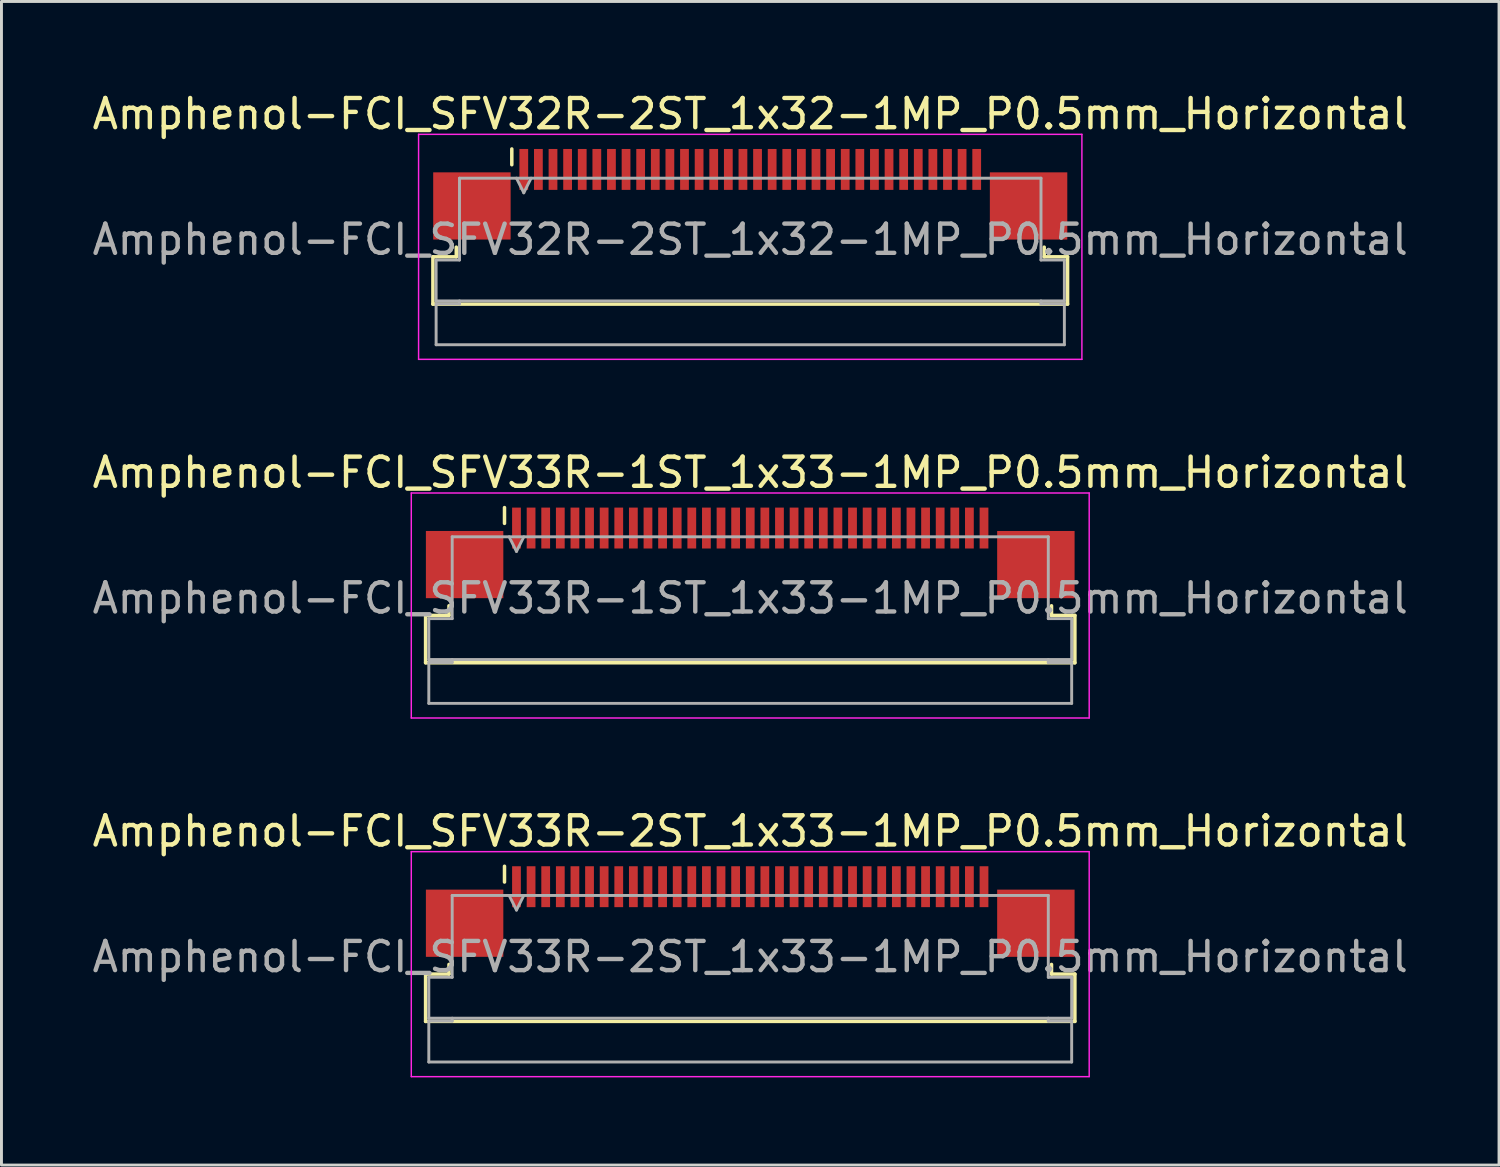
<source format=kicad_pcb>
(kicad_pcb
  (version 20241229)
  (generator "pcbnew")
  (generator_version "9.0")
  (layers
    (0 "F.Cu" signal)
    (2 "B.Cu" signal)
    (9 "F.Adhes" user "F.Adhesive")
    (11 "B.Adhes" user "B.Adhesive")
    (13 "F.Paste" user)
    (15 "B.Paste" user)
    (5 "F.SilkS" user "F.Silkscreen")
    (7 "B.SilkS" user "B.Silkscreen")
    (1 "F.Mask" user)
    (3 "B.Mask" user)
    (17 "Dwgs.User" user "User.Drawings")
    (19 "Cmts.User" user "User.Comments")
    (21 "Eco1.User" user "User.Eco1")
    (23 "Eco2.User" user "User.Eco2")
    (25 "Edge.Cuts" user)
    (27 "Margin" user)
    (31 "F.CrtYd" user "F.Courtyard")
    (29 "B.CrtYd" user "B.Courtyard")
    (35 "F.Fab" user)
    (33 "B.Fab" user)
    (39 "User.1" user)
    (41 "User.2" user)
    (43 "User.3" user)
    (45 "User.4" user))
  (footprint "Amphenol-FCI_SFV33R-1ST_1x33-1MP_P0.5mm_Horizontal"
    (layer "F.Cu")
    (at 22.625 17.021)
    (property "Reference" "Amphenol-FCI_SFV33R-1ST_1x33-1MP_P0.5mm_Horizontal" (at 0 -3.9 0) (layer "F.SilkS") (effects (font (size 1 1) (thickness 0.15))))
    (attr smd)
    (fp_line (start -11.11 0.99) (end -10.31 0.99) (stroke (width 0.12) (type solid)) (layer "F.SilkS"))
    (fp_line (start -11.11 2.61) (end -11.11 0.99) (stroke (width 0.12) (type solid)) (layer "F.SilkS"))
    (fp_line (start -10.31 0.99) (end -10.31 0.66) (stroke (width 0.12) (type solid)) (layer "F.SilkS"))
    (fp_line (start -8.41 -2.16) (end -8.41 -2.7) (stroke (width 0.12) (type solid)) (layer "F.SilkS"))
    (fp_line (start 10.31 0.66) (end 10.31 0.99) (stroke (width 0.12) (type solid)) (layer "F.SilkS"))
    (fp_line (start 10.31 0.99) (end 11.11 0.99) (stroke (width 0.12) (type solid)) (layer "F.SilkS"))
    (fp_line (start 11.11 0.99) (end 11.11 2.61) (stroke (width 0.12) (type solid)) (layer "F.SilkS"))
    (fp_line (start 11.11 2.61) (end -11.11 2.61) (stroke (width 0.12) (type solid)) (layer "F.SilkS"))
    (fp_line (start -11.6 -3.2) (end -11.6 4.5) (stroke (width 0.05) (type solid)) (layer "F.CrtYd"))
    (fp_line (start -11.6 4.5) (end 11.6 4.5) (stroke (width 0.05) (type solid)) (layer "F.CrtYd"))
    (fp_line (start 11.6 -3.2) (end -11.6 -3.2) (stroke (width 0.05) (type solid)) (layer "F.CrtYd"))
    (fp_line (start 11.6 4.5) (end 11.6 -3.2) (stroke (width 0.05) (type solid)) (layer "F.CrtYd"))
    (fp_line (start -11 1.1) (end -10.2 1.1) (stroke (width 0.1) (type solid)) (layer "F.Fab"))
    (fp_line (start -11 2.5) (end -11 1.1) (stroke (width 0.1) (type solid)) (layer "F.Fab"))
    (fp_line (start -11 2.6) (end -10.2 2.6) (stroke (width 0.1) (type solid)) (layer "F.Fab"))
    (fp_line (start -11 4) (end -11 2.6) (stroke (width 0.1) (type solid)) (layer "F.Fab"))
    (fp_line (start -10.2 -1.7) (end 10.2 -1.7) (stroke (width 0.1) (type solid)) (layer "F.Fab"))
    (fp_line (start -10.2 1.1) (end -10.2 -1.7) (stroke (width 0.1) (type solid)) (layer "F.Fab"))
    (fp_line (start -10.2 2.6) (end -10.2 2.5) (stroke (width 0.1) (type solid)) (layer "F.Fab"))
    (fp_line (start -8.25 -1.7) (end -8 -1.2) (stroke (width 0.1) (type solid)) (layer "F.Fab"))
    (fp_line (start -8 -1.2) (end -7.75 -1.7) (stroke (width 0.1) (type solid)) (layer "F.Fab"))
    (fp_line (start 10.2 -1.7) (end 10.2 1.1) (stroke (width 0.1) (type solid)) (layer "F.Fab"))
    (fp_line (start 10.2 1.1) (end 11 1.1) (stroke (width 0.1) (type solid)) (layer "F.Fab"))
    (fp_line (start 10.2 2.5) (end 10.2 2.6) (stroke (width 0.1) (type solid)) (layer "F.Fab"))
    (fp_line (start 10.2 2.6) (end 11 2.6) (stroke (width 0.1) (type solid)) (layer "F.Fab"))
    (fp_line (start 11 1.1) (end 11 2.5) (stroke (width 0.1) (type solid)) (layer "F.Fab"))
    (fp_line (start 11 2.5) (end -11 2.5) (stroke (width 0.1) (type solid)) (layer "F.Fab"))
    (fp_line (start 11 2.6) (end 11 4) (stroke (width 0.1) (type solid)) (layer "F.Fab"))
    (fp_line (start 11 4) (end -11 4) (stroke (width 0.1) (type solid)) (layer "F.Fab"))
    (fp_text user "${REFERENCE}" (at 0 0.4 0) (layer "F.Fab") (effects (font (size 1 1) (thickness 0.15))))
    (pad "1" smd rect (at -8 -2) (size 0.3 1.4) (layers "F.Cu" "F.Mask" "F.Paste"))
    (pad "2" smd rect (at -7.5 -2) (size 0.3 1.4) (layers "F.Cu" "F.Mask" "F.Paste"))
    (pad "3" smd rect (at -7 -2) (size 0.3 1.4) (layers "F.Cu" "F.Mask" "F.Paste"))
    (pad "4" smd rect (at -6.5 -2) (size 0.3 1.4) (layers "F.Cu" "F.Mask" "F.Paste"))
    (pad "5" smd rect (at -6 -2) (size 0.3 1.4) (layers "F.Cu" "F.Mask" "F.Paste"))
    (pad "6" smd rect (at -5.5 -2) (size 0.3 1.4) (layers "F.Cu" "F.Mask" "F.Paste"))
    (pad "7" smd rect (at -5 -2) (size 0.3 1.4) (layers "F.Cu" "F.Mask" "F.Paste"))
    (pad "8" smd rect (at -4.5 -2) (size 0.3 1.4) (layers "F.Cu" "F.Mask" "F.Paste"))
    (pad "9" smd rect (at -4 -2) (size 0.3 1.4) (layers "F.Cu" "F.Mask" "F.Paste"))
    (pad "10" smd rect (at -3.5 -2) (size 0.3 1.4) (layers "F.Cu" "F.Mask" "F.Paste"))
    (pad "11" smd rect (at -3 -2) (size 0.3 1.4) (layers "F.Cu" "F.Mask" "F.Paste"))
    (pad "12" smd rect (at -2.5 -2) (size 0.3 1.4) (layers "F.Cu" "F.Mask" "F.Paste"))
    (pad "13" smd rect (at -2 -2) (size 0.3 1.4) (layers "F.Cu" "F.Mask" "F.Paste"))
    (pad "14" smd rect (at -1.5 -2) (size 0.3 1.4) (layers "F.Cu" "F.Mask" "F.Paste"))
    (pad "15" smd rect (at -1 -2) (size 0.3 1.4) (layers "F.Cu" "F.Mask" "F.Paste"))
    (pad "16" smd rect (at -0.5 -2) (size 0.3 1.4) (layers "F.Cu" "F.Mask" "F.Paste"))
    (pad "17" smd rect (at 0 -2) (size 0.3 1.4) (layers "F.Cu" "F.Mask" "F.Paste"))
    (pad "18" smd rect (at 0.5 -2) (size 0.3 1.4) (layers "F.Cu" "F.Mask" "F.Paste"))
    (pad "19" smd rect (at 1 -2) (size 0.3 1.4) (layers "F.Cu" "F.Mask" "F.Paste"))
    (pad "20" smd rect (at 1.5 -2) (size 0.3 1.4) (layers "F.Cu" "F.Mask" "F.Paste"))
    (pad "21" smd rect (at 2 -2) (size 0.3 1.4) (layers "F.Cu" "F.Mask" "F.Paste"))
    (pad "22" smd rect (at 2.5 -2) (size 0.3 1.4) (layers "F.Cu" "F.Mask" "F.Paste"))
    (pad "23" smd rect (at 3 -2) (size 0.3 1.4) (layers "F.Cu" "F.Mask" "F.Paste"))
    (pad "24" smd rect (at 3.5 -2) (size 0.3 1.4) (layers "F.Cu" "F.Mask" "F.Paste"))
    (pad "25" smd rect (at 4 -2) (size 0.3 1.4) (layers "F.Cu" "F.Mask" "F.Paste"))
    (pad "26" smd rect (at 4.5 -2) (size 0.3 1.4) (layers "F.Cu" "F.Mask" "F.Paste"))
    (pad "27" smd rect (at 5 -2) (size 0.3 1.4) (layers "F.Cu" "F.Mask" "F.Paste"))
    (pad "28" smd rect (at 5.5 -2) (size 0.3 1.4) (layers "F.Cu" "F.Mask" "F.Paste"))
    (pad "29" smd rect (at 6 -2) (size 0.3 1.4) (layers "F.Cu" "F.Mask" "F.Paste"))
    (pad "30" smd rect (at 6.5 -2) (size 0.3 1.4) (layers "F.Cu" "F.Mask" "F.Paste"))
    (pad "31" smd rect (at 7 -2) (size 0.3 1.4) (layers "F.Cu" "F.Mask" "F.Paste"))
    (pad "32" smd rect (at 7.5 -2) (size 0.3 1.4) (layers "F.Cu" "F.Mask" "F.Paste"))
    (pad "33" smd rect (at 8 -2) (size 0.3 1.4) (layers "F.Cu" "F.Mask" "F.Paste"))
    (pad "MP" smd rect (at -9.775 -0.75) (size 2.65 2.3) (layers "F.Cu" "F.Mask" "F.Paste"))
    (pad "MP" smd rect (at 9.775 -0.75) (size 2.65 2.3) (layers "F.Cu" "F.Mask" "F.Paste")))
  (footprint "Amphenol-FCI_SFV33R-2ST_1x33-1MP_P0.5mm_Horizontal"
    (layer "F.Cu")
    (at 22.625 29.295)
    (property "Reference" "Amphenol-FCI_SFV33R-2ST_1x33-1MP_P0.5mm_Horizontal" (at 0 -3.9 0) (layer "F.SilkS") (effects (font (size 1 1) (thickness 0.15))))
    (attr smd)
    (fp_line (start -11.11 0.99) (end -10.31 0.99) (stroke (width 0.12) (type solid)) (layer "F.SilkS"))
    (fp_line (start -11.11 2.61) (end -11.11 0.99) (stroke (width 0.12) (type solid)) (layer "F.SilkS"))
    (fp_line (start -10.31 0.99) (end -10.31 0.66) (stroke (width 0.12) (type solid)) (layer "F.SilkS"))
    (fp_line (start -8.41 -2.16) (end -8.41 -2.7) (stroke (width 0.12) (type solid)) (layer "F.SilkS"))
    (fp_line (start 10.31 0.66) (end 10.31 0.99) (stroke (width 0.12) (type solid)) (layer "F.SilkS"))
    (fp_line (start 10.31 0.99) (end 11.11 0.99) (stroke (width 0.12) (type solid)) (layer "F.SilkS"))
    (fp_line (start 11.11 0.99) (end 11.11 2.61) (stroke (width 0.12) (type solid)) (layer "F.SilkS"))
    (fp_line (start 11.11 2.61) (end -11.11 2.61) (stroke (width 0.12) (type solid)) (layer "F.SilkS"))
    (fp_line (start -11.6 -3.2) (end -11.6 4.5) (stroke (width 0.05) (type solid)) (layer "F.CrtYd"))
    (fp_line (start -11.6 4.5) (end 11.6 4.5) (stroke (width 0.05) (type solid)) (layer "F.CrtYd"))
    (fp_line (start 11.6 -3.2) (end -11.6 -3.2) (stroke (width 0.05) (type solid)) (layer "F.CrtYd"))
    (fp_line (start 11.6 4.5) (end 11.6 -3.2) (stroke (width 0.05) (type solid)) (layer "F.CrtYd"))
    (fp_line (start -11 1.1) (end -10.2 1.1) (stroke (width 0.1) (type solid)) (layer "F.Fab"))
    (fp_line (start -11 2.5) (end -11 1.1) (stroke (width 0.1) (type solid)) (layer "F.Fab"))
    (fp_line (start -11 2.6) (end -10.2 2.6) (stroke (width 0.1) (type solid)) (layer "F.Fab"))
    (fp_line (start -11 4) (end -11 2.6) (stroke (width 0.1) (type solid)) (layer "F.Fab"))
    (fp_line (start -10.2 -1.7) (end 10.2 -1.7) (stroke (width 0.1) (type solid)) (layer "F.Fab"))
    (fp_line (start -10.2 1.1) (end -10.2 -1.7) (stroke (width 0.1) (type solid)) (layer "F.Fab"))
    (fp_line (start -10.2 2.6) (end -10.2 2.5) (stroke (width 0.1) (type solid)) (layer "F.Fab"))
    (fp_line (start -8.25 -1.7) (end -8 -1.2) (stroke (width 0.1) (type solid)) (layer "F.Fab"))
    (fp_line (start -8 -1.2) (end -7.75 -1.7) (stroke (width 0.1) (type solid)) (layer "F.Fab"))
    (fp_line (start 10.2 -1.7) (end 10.2 1.1) (stroke (width 0.1) (type solid)) (layer "F.Fab"))
    (fp_line (start 10.2 1.1) (end 11 1.1) (stroke (width 0.1) (type solid)) (layer "F.Fab"))
    (fp_line (start 10.2 2.5) (end 10.2 2.6) (stroke (width 0.1) (type solid)) (layer "F.Fab"))
    (fp_line (start 10.2 2.6) (end 11 2.6) (stroke (width 0.1) (type solid)) (layer "F.Fab"))
    (fp_line (start 11 1.1) (end 11 2.5) (stroke (width 0.1) (type solid)) (layer "F.Fab"))
    (fp_line (start 11 2.5) (end -11 2.5) (stroke (width 0.1) (type solid)) (layer "F.Fab"))
    (fp_line (start 11 2.6) (end 11 4) (stroke (width 0.1) (type solid)) (layer "F.Fab"))
    (fp_line (start 11 4) (end -11 4) (stroke (width 0.1) (type solid)) (layer "F.Fab"))
    (fp_text user "${REFERENCE}" (at 0 0.4 0) (layer "F.Fab") (effects (font (size 1 1) (thickness 0.15))))
    (pad "1" smd rect (at -8 -2) (size 0.3 1.4) (layers "F.Cu" "F.Mask" "F.Paste"))
    (pad "2" smd rect (at -7.5 -2) (size 0.3 1.4) (layers "F.Cu" "F.Mask" "F.Paste"))
    (pad "3" smd rect (at -7 -2) (size 0.3 1.4) (layers "F.Cu" "F.Mask" "F.Paste"))
    (pad "4" smd rect (at -6.5 -2) (size 0.3 1.4) (layers "F.Cu" "F.Mask" "F.Paste"))
    (pad "5" smd rect (at -6 -2) (size 0.3 1.4) (layers "F.Cu" "F.Mask" "F.Paste"))
    (pad "6" smd rect (at -5.5 -2) (size 0.3 1.4) (layers "F.Cu" "F.Mask" "F.Paste"))
    (pad "7" smd rect (at -5 -2) (size 0.3 1.4) (layers "F.Cu" "F.Mask" "F.Paste"))
    (pad "8" smd rect (at -4.5 -2) (size 0.3 1.4) (layers "F.Cu" "F.Mask" "F.Paste"))
    (pad "9" smd rect (at -4 -2) (size 0.3 1.4) (layers "F.Cu" "F.Mask" "F.Paste"))
    (pad "10" smd rect (at -3.5 -2) (size 0.3 1.4) (layers "F.Cu" "F.Mask" "F.Paste"))
    (pad "11" smd rect (at -3 -2) (size 0.3 1.4) (layers "F.Cu" "F.Mask" "F.Paste"))
    (pad "12" smd rect (at -2.5 -2) (size 0.3 1.4) (layers "F.Cu" "F.Mask" "F.Paste"))
    (pad "13" smd rect (at -2 -2) (size 0.3 1.4) (layers "F.Cu" "F.Mask" "F.Paste"))
    (pad "14" smd rect (at -1.5 -2) (size 0.3 1.4) (layers "F.Cu" "F.Mask" "F.Paste"))
    (pad "15" smd rect (at -1 -2) (size 0.3 1.4) (layers "F.Cu" "F.Mask" "F.Paste"))
    (pad "16" smd rect (at -0.5 -2) (size 0.3 1.4) (layers "F.Cu" "F.Mask" "F.Paste"))
    (pad "17" smd rect (at 0 -2) (size 0.3 1.4) (layers "F.Cu" "F.Mask" "F.Paste"))
    (pad "18" smd rect (at 0.5 -2) (size 0.3 1.4) (layers "F.Cu" "F.Mask" "F.Paste"))
    (pad "19" smd rect (at 1 -2) (size 0.3 1.4) (layers "F.Cu" "F.Mask" "F.Paste"))
    (pad "20" smd rect (at 1.5 -2) (size 0.3 1.4) (layers "F.Cu" "F.Mask" "F.Paste"))
    (pad "21" smd rect (at 2 -2) (size 0.3 1.4) (layers "F.Cu" "F.Mask" "F.Paste"))
    (pad "22" smd rect (at 2.5 -2) (size 0.3 1.4) (layers "F.Cu" "F.Mask" "F.Paste"))
    (pad "23" smd rect (at 3 -2) (size 0.3 1.4) (layers "F.Cu" "F.Mask" "F.Paste"))
    (pad "24" smd rect (at 3.5 -2) (size 0.3 1.4) (layers "F.Cu" "F.Mask" "F.Paste"))
    (pad "25" smd rect (at 4 -2) (size 0.3 1.4) (layers "F.Cu" "F.Mask" "F.Paste"))
    (pad "26" smd rect (at 4.5 -2) (size 0.3 1.4) (layers "F.Cu" "F.Mask" "F.Paste"))
    (pad "27" smd rect (at 5 -2) (size 0.3 1.4) (layers "F.Cu" "F.Mask" "F.Paste"))
    (pad "28" smd rect (at 5.5 -2) (size 0.3 1.4) (layers "F.Cu" "F.Mask" "F.Paste"))
    (pad "29" smd rect (at 6 -2) (size 0.3 1.4) (layers "F.Cu" "F.Mask" "F.Paste"))
    (pad "30" smd rect (at 6.5 -2) (size 0.3 1.4) (layers "F.Cu" "F.Mask" "F.Paste"))
    (pad "31" smd rect (at 7 -2) (size 0.3 1.4) (layers "F.Cu" "F.Mask" "F.Paste"))
    (pad "32" smd rect (at 7.5 -2) (size 0.3 1.4) (layers "F.Cu" "F.Mask" "F.Paste"))
    (pad "33" smd rect (at 8 -2) (size 0.3 1.4) (layers "F.Cu" "F.Mask" "F.Paste"))
    (pad "MP" smd rect (at -9.775 -0.75) (size 2.65 2.3) (layers "F.Cu" "F.Mask" "F.Paste"))
    (pad "MP" smd rect (at 9.775 -0.75) (size 2.65 2.3) (layers "F.Cu" "F.Mask" "F.Paste")))
  (footprint "Amphenol-FCI_SFV32R-2ST_1x32-1MP_P0.5mm_Horizontal"
    (layer "F.Cu")
    (at 22.625 4.748)
    (property "Reference" "Amphenol-FCI_SFV32R-2ST_1x32-1MP_P0.5mm_Horizontal" (at 0 -3.9 0) (layer "F.SilkS") (effects (font (size 1 1) (thickness 0.15))))
    (attr smd)
    (fp_line (start -10.86 0.99) (end -10.06 0.99) (stroke (width 0.12) (type solid)) (layer "F.SilkS"))
    (fp_line (start -10.86 2.61) (end -10.86 0.99) (stroke (width 0.12) (type solid)) (layer "F.SilkS"))
    (fp_line (start -10.06 0.99) (end -10.06 0.66) (stroke (width 0.12) (type solid)) (layer "F.SilkS"))
    (fp_line (start -8.16 -2.16) (end -8.16 -2.7) (stroke (width 0.12) (type solid)) (layer "F.SilkS"))
    (fp_line (start 10.06 0.66) (end 10.06 0.99) (stroke (width 0.12) (type solid)) (layer "F.SilkS"))
    (fp_line (start 10.06 0.99) (end 10.86 0.99) (stroke (width 0.12) (type solid)) (layer "F.SilkS"))
    (fp_line (start 10.86 0.99) (end 10.86 2.61) (stroke (width 0.12) (type solid)) (layer "F.SilkS"))
    (fp_line (start 10.86 2.61) (end -10.86 2.61) (stroke (width 0.12) (type solid)) (layer "F.SilkS"))
    (fp_line (start -11.35 -3.2) (end -11.35 4.5) (stroke (width 0.05) (type solid)) (layer "F.CrtYd"))
    (fp_line (start -11.35 4.5) (end 11.35 4.5) (stroke (width 0.05) (type solid)) (layer "F.CrtYd"))
    (fp_line (start 11.35 -3.2) (end -11.35 -3.2) (stroke (width 0.05) (type solid)) (layer "F.CrtYd"))
    (fp_line (start 11.35 4.5) (end 11.35 -3.2) (stroke (width 0.05) (type solid)) (layer "F.CrtYd"))
    (fp_line (start -10.75 1.1) (end -9.95 1.1) (stroke (width 0.1) (type solid)) (layer "F.Fab"))
    (fp_line (start -10.75 2.5) (end -10.75 1.1) (stroke (width 0.1) (type solid)) (layer "F.Fab"))
    (fp_line (start -10.75 2.6) (end -9.95 2.6) (stroke (width 0.1) (type solid)) (layer "F.Fab"))
    (fp_line (start -10.75 4) (end -10.75 2.6) (stroke (width 0.1) (type solid)) (layer "F.Fab"))
    (fp_line (start -9.95 -1.7) (end 9.95 -1.7) (stroke (width 0.1) (type solid)) (layer "F.Fab"))
    (fp_line (start -9.95 1.1) (end -9.95 -1.7) (stroke (width 0.1) (type solid)) (layer "F.Fab"))
    (fp_line (start -9.95 2.6) (end -9.95 2.5) (stroke (width 0.1) (type solid)) (layer "F.Fab"))
    (fp_line (start -8 -1.7) (end -7.75 -1.2) (stroke (width 0.1) (type solid)) (layer "F.Fab"))
    (fp_line (start -7.75 -1.2) (end -7.5 -1.7) (stroke (width 0.1) (type solid)) (layer "F.Fab"))
    (fp_line (start 9.95 -1.7) (end 9.95 1.1) (stroke (width 0.1) (type solid)) (layer "F.Fab"))
    (fp_line (start 9.95 1.1) (end 10.75 1.1) (stroke (width 0.1) (type solid)) (layer "F.Fab"))
    (fp_line (start 9.95 2.5) (end 9.95 2.6) (stroke (width 0.1) (type solid)) (layer "F.Fab"))
    (fp_line (start 9.95 2.6) (end 10.75 2.6) (stroke (width 0.1) (type solid)) (layer "F.Fab"))
    (fp_line (start 10.75 1.1) (end 10.75 2.5) (stroke (width 0.1) (type solid)) (layer "F.Fab"))
    (fp_line (start 10.75 2.5) (end -10.75 2.5) (stroke (width 0.1) (type solid)) (layer "F.Fab"))
    (fp_line (start 10.75 2.6) (end 10.75 4) (stroke (width 0.1) (type solid)) (layer "F.Fab"))
    (fp_line (start 10.75 4) (end -10.75 4) (stroke (width 0.1) (type solid)) (layer "F.Fab"))
    (fp_text user "${REFERENCE}" (at 0 0.4 0) (layer "F.Fab") (effects (font (size 1 1) (thickness 0.15))))
    (pad "1" smd rect (at -7.75 -2) (size 0.3 1.4) (layers "F.Cu" "F.Mask" "F.Paste"))
    (pad "2" smd rect (at -7.25 -2) (size 0.3 1.4) (layers "F.Cu" "F.Mask" "F.Paste"))
    (pad "3" smd rect (at -6.75 -2) (size 0.3 1.4) (layers "F.Cu" "F.Mask" "F.Paste"))
    (pad "4" smd rect (at -6.25 -2) (size 0.3 1.4) (layers "F.Cu" "F.Mask" "F.Paste"))
    (pad "5" smd rect (at -5.75 -2) (size 0.3 1.4) (layers "F.Cu" "F.Mask" "F.Paste"))
    (pad "6" smd rect (at -5.25 -2) (size 0.3 1.4) (layers "F.Cu" "F.Mask" "F.Paste"))
    (pad "7" smd rect (at -4.75 -2) (size 0.3 1.4) (layers "F.Cu" "F.Mask" "F.Paste"))
    (pad "8" smd rect (at -4.25 -2) (size 0.3 1.4) (layers "F.Cu" "F.Mask" "F.Paste"))
    (pad "9" smd rect (at -3.75 -2) (size 0.3 1.4) (layers "F.Cu" "F.Mask" "F.Paste"))
    (pad "10" smd rect (at -3.25 -2) (size 0.3 1.4) (layers "F.Cu" "F.Mask" "F.Paste"))
    (pad "11" smd rect (at -2.75 -2) (size 0.3 1.4) (layers "F.Cu" "F.Mask" "F.Paste"))
    (pad "12" smd rect (at -2.25 -2) (size 0.3 1.4) (layers "F.Cu" "F.Mask" "F.Paste"))
    (pad "13" smd rect (at -1.75 -2) (size 0.3 1.4) (layers "F.Cu" "F.Mask" "F.Paste"))
    (pad "14" smd rect (at -1.25 -2) (size 0.3 1.4) (layers "F.Cu" "F.Mask" "F.Paste"))
    (pad "15" smd rect (at -0.75 -2) (size 0.3 1.4) (layers "F.Cu" "F.Mask" "F.Paste"))
    (pad "16" smd rect (at -0.25 -2) (size 0.3 1.4) (layers "F.Cu" "F.Mask" "F.Paste"))
    (pad "17" smd rect (at 0.25 -2) (size 0.3 1.4) (layers "F.Cu" "F.Mask" "F.Paste"))
    (pad "18" smd rect (at 0.75 -2) (size 0.3 1.4) (layers "F.Cu" "F.Mask" "F.Paste"))
    (pad "19" smd rect (at 1.25 -2) (size 0.3 1.4) (layers "F.Cu" "F.Mask" "F.Paste"))
    (pad "20" smd rect (at 1.75 -2) (size 0.3 1.4) (layers "F.Cu" "F.Mask" "F.Paste"))
    (pad "21" smd rect (at 2.25 -2) (size 0.3 1.4) (layers "F.Cu" "F.Mask" "F.Paste"))
    (pad "22" smd rect (at 2.75 -2) (size 0.3 1.4) (layers "F.Cu" "F.Mask" "F.Paste"))
    (pad "23" smd rect (at 3.25 -2) (size 0.3 1.4) (layers "F.Cu" "F.Mask" "F.Paste"))
    (pad "24" smd rect (at 3.75 -2) (size 0.3 1.4) (layers "F.Cu" "F.Mask" "F.Paste"))
    (pad "25" smd rect (at 4.25 -2) (size 0.3 1.4) (layers "F.Cu" "F.Mask" "F.Paste"))
    (pad "26" smd rect (at 4.75 -2) (size 0.3 1.4) (layers "F.Cu" "F.Mask" "F.Paste"))
    (pad "27" smd rect (at 5.25 -2) (size 0.3 1.4) (layers "F.Cu" "F.Mask" "F.Paste"))
    (pad "28" smd rect (at 5.75 -2) (size 0.3 1.4) (layers "F.Cu" "F.Mask" "F.Paste"))
    (pad "29" smd rect (at 6.25 -2) (size 0.3 1.4) (layers "F.Cu" "F.Mask" "F.Paste"))
    (pad "30" smd rect (at 6.75 -2) (size 0.3 1.4) (layers "F.Cu" "F.Mask" "F.Paste"))
    (pad "31" smd rect (at 7.25 -2) (size 0.3 1.4) (layers "F.Cu" "F.Mask" "F.Paste"))
    (pad "32" smd rect (at 7.75 -2) (size 0.3 1.4) (layers "F.Cu" "F.Mask" "F.Paste"))
    (pad "MP" smd rect (at -9.525 -0.75) (size 2.65 2.3) (layers "F.Cu" "F.Mask" "F.Paste"))
    (pad "MP" smd rect (at 9.525 -0.75) (size 2.65 2.3) (layers "F.Cu" "F.Mask" "F.Paste")))
  (gr_rect
    (start -3 -3)
    (end 48.25 36.82)
    (stroke (width 0.1) (type default))
    (fill no)
    (layer "Edge.Cuts")))
</source>
